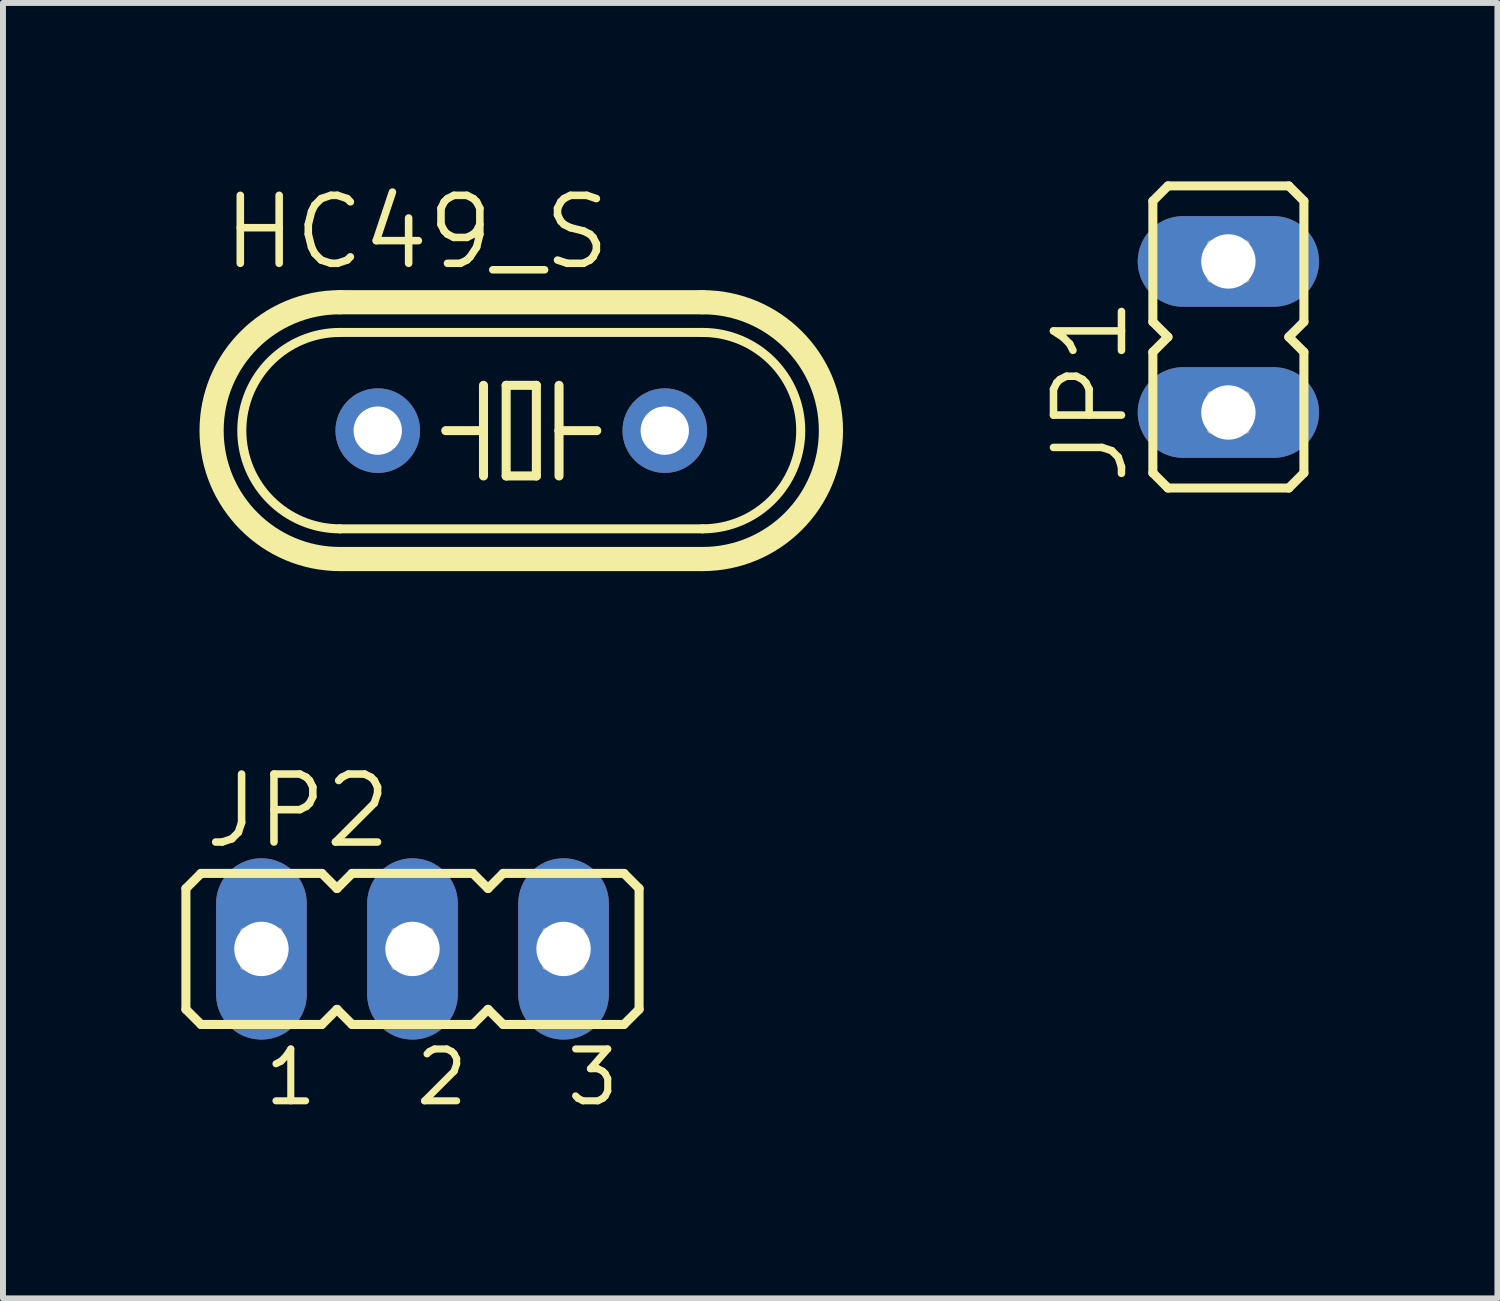
<source format=kicad_pcb>
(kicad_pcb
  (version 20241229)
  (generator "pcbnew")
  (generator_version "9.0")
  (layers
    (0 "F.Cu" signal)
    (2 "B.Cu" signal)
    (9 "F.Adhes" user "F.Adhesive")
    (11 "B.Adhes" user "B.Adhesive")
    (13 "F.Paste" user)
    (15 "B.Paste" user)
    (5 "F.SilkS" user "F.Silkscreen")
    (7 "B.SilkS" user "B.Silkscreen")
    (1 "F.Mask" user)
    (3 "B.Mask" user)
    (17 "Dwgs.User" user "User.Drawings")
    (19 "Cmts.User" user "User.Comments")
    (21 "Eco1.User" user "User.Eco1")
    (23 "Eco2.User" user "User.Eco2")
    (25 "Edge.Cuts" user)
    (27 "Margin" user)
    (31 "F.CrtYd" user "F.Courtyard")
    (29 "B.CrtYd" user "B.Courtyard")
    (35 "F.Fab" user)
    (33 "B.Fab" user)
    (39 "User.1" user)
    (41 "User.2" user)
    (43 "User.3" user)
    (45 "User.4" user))
  (footprint "HC49_S"
    (layer "F.Cu")
    (at 5.715 4.191)
    (property "Reference" "HC49_S" (at -5.08 -2.667 0) (layer "F.SilkS") (effects (font (size 1.143 1.143) (thickness 0.127)) (justify left bottom)))
    (fp_line (start -3.048 -2.159) (end 3.048 -2.159) (stroke (width 0.406) (type solid)) (layer "F.SilkS"))
    (fp_line (start -3.048 1.651) (end 3.048 1.651) (stroke (width 0.152) (type solid)) (layer "F.SilkS"))
    (fp_line (start -3.048 2.159) (end 3.048 2.159) (stroke (width 0.406) (type solid)) (layer "F.SilkS"))
    (fp_line (start -0.635 -0.762) (end -0.635 0) (stroke (width 0.152) (type solid)) (layer "F.SilkS"))
    (fp_line (start -0.635 0) (end -1.27 0) (stroke (width 0.152) (type solid)) (layer "F.SilkS"))
    (fp_line (start -0.635 0) (end -0.635 0.762) (stroke (width 0.152) (type solid)) (layer "F.SilkS"))
    (fp_line (start -0.254 -0.762) (end 0.254 -0.762) (stroke (width 0.152) (type solid)) (layer "F.SilkS"))
    (fp_line (start -0.254 0.762) (end -0.254 -0.762) (stroke (width 0.152) (type solid)) (layer "F.SilkS"))
    (fp_line (start 0.254 -0.762) (end 0.254 0.762) (stroke (width 0.152) (type solid)) (layer "F.SilkS"))
    (fp_line (start 0.254 0.762) (end -0.254 0.762) (stroke (width 0.152) (type solid)) (layer "F.SilkS"))
    (fp_line (start 0.635 -0.762) (end 0.635 0) (stroke (width 0.152) (type solid)) (layer "F.SilkS"))
    (fp_line (start 0.635 0) (end 0.635 0.762) (stroke (width 0.152) (type solid)) (layer "F.SilkS"))
    (fp_line (start 0.635 0) (end 1.27 0) (stroke (width 0.152) (type solid)) (layer "F.SilkS"))
    (fp_line (start 3.048 -1.651) (end -3.048 -1.651) (stroke (width 0.152) (type solid)) (layer "F.SilkS"))
    (fp_arc (start -3.048 1.651) (mid -4.699 0) (end -3.048 -1.651) (stroke (width 0.1524) (type solid)) (layer "F.SilkS"))
    (fp_arc (start -3.048 2.159) (mid -5.207 0) (end -3.048 -2.159) (stroke (width 0.4064) (type solid)) (layer "F.SilkS"))
    (fp_arc (start 3.048 -2.159) (mid 5.207 0) (end 3.048 2.159) (stroke (width 0.4064) (type solid)) (layer "F.SilkS"))
    (fp_arc (start 3.048 -1.651) (mid 4.699 0) (end 3.048 1.651) (stroke (width 0.1524) (type solid)) (layer "F.SilkS"))
    (pad "1" thru_hole circle (at -2.413 0) (size 1.422 1.422) (drill 0.813) (layers "*.Cu" "*.Mask"))
    (pad "2" thru_hole circle (at 2.413 0) (size 1.422 1.422) (drill 0.813) (layers "*.Cu" "*.Mask"))
    (zone (net_name "") (layers "F.Cu" "B.Cu") (hatch edge 0.5) (connect_pads) (min_thickness 0.25) (filled_areas_thickness no) (keepout (tracks allowed) (vias not_allowed) (pads allowed) (copperpour allowed) (footprints allowed)) (placement (enabled no)) (fill) (polygon (pts (xy 0 5.461) (xy 0.635 5.461) (xy 0.635 2.921) (xy 0 2.921))))
    (zone (net_name "") (layers "F.Cu" "B.Cu") (hatch edge 0.5) (connect_pads) (min_thickness 0.25) (filled_areas_thickness no) (keepout (tracks allowed) (vias not_allowed) (pads allowed) (copperpour allowed) (footprints allowed)) (placement (enabled no)) (fill) (polygon (pts (xy 0.635 6.096) (xy 1.27 6.096) (xy 1.27 2.286) (xy 0.635 2.286))))
    (zone (net_name "") (layers "F.Cu" "B.Cu") (hatch edge 0.5) (connect_pads) (min_thickness 0.25) (filled_areas_thickness no) (keepout (tracks allowed) (vias not_allowed) (pads allowed) (copperpour allowed) (footprints allowed)) (placement (enabled no)) (fill) (polygon (pts (xy 1.27 6.731) (xy 10.16 6.731) (xy 10.16 1.651) (xy 1.27 1.651))))
    (zone (net_name "") (layers "F.Cu" "B.Cu") (hatch edge 0.5) (connect_pads) (min_thickness 0.25) (filled_areas_thickness no) (keepout (tracks allowed) (vias not_allowed) (pads allowed) (copperpour allowed) (footprints allowed)) (placement (enabled no)) (fill) (polygon (pts (xy 10.16 6.096) (xy 10.795 6.096) (xy 10.795 2.286) (xy 10.16 2.286))))
    (zone (net_name "") (layers "F.Cu" "B.Cu") (hatch edge 0.5) (connect_pads) (min_thickness 0.25) (filled_areas_thickness no) (keepout (tracks allowed) (vias not_allowed) (pads allowed) (copperpour allowed) (footprints allowed)) (placement (enabled no)) (fill) (polygon (pts (xy 10.795 5.461) (xy 11.43 5.461) (xy 11.43 2.921) (xy 10.795 2.921)))))
  (footprint "JP1"
    (layer "F.Cu")
    (at 17.605 2.616)
    (property "Reference" "JP1" (at -1.651 2.54 90) (layer "F.SilkS") (effects (font (size 1.143 1.143) (thickness 0.127)) (justify left bottom)))
    (fp_line (start -1.27 -2.286) (end -1.27 -0.254) (stroke (width 0.152) (type solid)) (layer "F.SilkS"))
    (fp_line (start -1.27 -2.286) (end -1.016 -2.54) (stroke (width 0.152) (type solid)) (layer "F.SilkS"))
    (fp_line (start -1.27 0.254) (end -1.27 2.286) (stroke (width 0.152) (type solid)) (layer "F.SilkS"))
    (fp_line (start -1.016 0) (end -1.27 -0.254) (stroke (width 0.152) (type solid)) (layer "F.SilkS"))
    (fp_line (start -1.016 0) (end -1.27 0.254) (stroke (width 0.152) (type solid)) (layer "F.SilkS"))
    (fp_line (start -1.016 2.54) (end -1.27 2.286) (stroke (width 0.152) (type solid)) (layer "F.SilkS"))
    (fp_line (start -1.016 2.54) (end 1.016 2.54) (stroke (width 0.152) (type solid)) (layer "F.SilkS"))
    (fp_line (start 1.016 -2.54) (end -1.016 -2.54) (stroke (width 0.152) (type solid)) (layer "F.SilkS"))
    (fp_line (start 1.016 0) (end 1.27 -0.254) (stroke (width 0.152) (type solid)) (layer "F.SilkS"))
    (fp_line (start 1.016 0) (end 1.27 0.254) (stroke (width 0.152) (type solid)) (layer "F.SilkS"))
    (fp_line (start 1.016 2.54) (end 1.27 2.286) (stroke (width 0.152) (type solid)) (layer "F.SilkS"))
    (fp_line (start 1.27 -2.286) (end 1.016 -2.54) (stroke (width 0.152) (type solid)) (layer "F.SilkS"))
    (fp_line (start 1.27 -2.286) (end 1.27 -0.254) (stroke (width 0.152) (type solid)) (layer "F.SilkS"))
    (fp_line (start 1.27 0.254) (end 1.27 2.286) (stroke (width 0.152) (type solid)) (layer "F.SilkS"))
    (fp_poly (pts (xy -0.305 -0.965) (xy 0.305 -0.965) (xy 0.305 -1.575) (xy -0.305 -1.575)) (stroke (width 0.1) (type default)) (fill no) (layer "F.Fab"))
    (fp_poly (pts (xy -0.305 1.575) (xy 0.305 1.575) (xy 0.305 0.965) (xy -0.305 0.965)) (stroke (width 0.1) (type default)) (fill no) (layer "F.Fab"))
    (pad "1" thru_hole oval (at 0 1.27) (size 3.048 1.524) (drill 0.914) (layers "*.Cu" "*.Mask"))
    (pad "2" thru_hole oval (at 0 -1.27) (size 3.048 1.524) (drill 0.914) (layers "*.Cu" "*.Mask")))
  (footprint "JP2"
    (layer "F.Cu")
    (at 3.886 12.906)
    (property "Reference" "JP2" (at -3.556 -1.651 0) (layer "F.SilkS") (effects (font (size 1.143 1.143) (thickness 0.127)) (justify left bottom)))
    (fp_line (start -3.81 -1.016) (end -3.556 -1.27) (stroke (width 0.152) (type solid)) (layer "F.SilkS"))
    (fp_line (start -3.81 1.016) (end -3.81 -1.016) (stroke (width 0.152) (type solid)) (layer "F.SilkS"))
    (fp_line (start -3.81 1.016) (end -3.556 1.27) (stroke (width 0.152) (type solid)) (layer "F.SilkS"))
    (fp_line (start -1.524 -1.27) (end -3.556 -1.27) (stroke (width 0.152) (type solid)) (layer "F.SilkS"))
    (fp_line (start -1.524 -1.27) (end -1.27 -1.016) (stroke (width 0.152) (type solid)) (layer "F.SilkS"))
    (fp_line (start -1.524 1.27) (end -3.556 1.27) (stroke (width 0.152) (type solid)) (layer "F.SilkS"))
    (fp_line (start -1.524 1.27) (end -1.27 1.016) (stroke (width 0.152) (type solid)) (layer "F.SilkS"))
    (fp_line (start -1.27 -1.016) (end -1.016 -1.27) (stroke (width 0.152) (type solid)) (layer "F.SilkS"))
    (fp_line (start -1.27 1.016) (end -1.016 1.27) (stroke (width 0.152) (type solid)) (layer "F.SilkS"))
    (fp_line (start 1.016 -1.27) (end -1.016 -1.27) (stroke (width 0.152) (type solid)) (layer "F.SilkS"))
    (fp_line (start 1.016 -1.27) (end 1.27 -1.016) (stroke (width 0.152) (type solid)) (layer "F.SilkS"))
    (fp_line (start 1.016 1.27) (end -1.016 1.27) (stroke (width 0.152) (type solid)) (layer "F.SilkS"))
    (fp_line (start 1.016 1.27) (end 1.27 1.016) (stroke (width 0.152) (type solid)) (layer "F.SilkS"))
    (fp_line (start 1.27 -1.016) (end 1.524 -1.27) (stroke (width 0.152) (type solid)) (layer "F.SilkS"))
    (fp_line (start 1.27 1.016) (end 1.524 1.27) (stroke (width 0.152) (type solid)) (layer "F.SilkS"))
    (fp_line (start 3.556 -1.27) (end 1.524 -1.27) (stroke (width 0.152) (type solid)) (layer "F.SilkS"))
    (fp_line (start 3.556 -1.27) (end 3.81 -1.016) (stroke (width 0.152) (type solid)) (layer "F.SilkS"))
    (fp_line (start 3.556 1.27) (end 1.524 1.27) (stroke (width 0.152) (type solid)) (layer "F.SilkS"))
    (fp_line (start 3.556 1.27) (end 3.81 1.016) (stroke (width 0.152) (type solid)) (layer "F.SilkS"))
    (fp_line (start 3.81 -1.016) (end 3.81 1.016) (stroke (width 0.152) (type solid)) (layer "F.SilkS"))
    (fp_poly (pts (xy -2.845 0.305) (xy -2.235 0.305) (xy -2.235 -0.305) (xy -2.845 -0.305)) (stroke (width 0.1) (type default)) (fill no) (layer "F.Fab"))
    (fp_poly (pts (xy -0.305 0.305) (xy 0.305 0.305) (xy 0.305 -0.305) (xy -0.305 -0.305)) (stroke (width 0.1) (type default)) (fill no) (layer "F.Fab"))
    (fp_poly (pts (xy 2.235 0.305) (xy 2.845 0.305) (xy 2.845 -0.305) (xy 2.235 -0.305)) (stroke (width 0.1) (type default)) (fill no) (layer "F.Fab"))
    (fp_text user "3" (at 2.54 2.667 0) (layer "F.SilkS") (effects (font (size 0.872 0.872) (thickness 0.119)) (justify left bottom)))
    (fp_text user "1" (at -2.54 2.667 0) (layer "F.SilkS") (effects (font (size 0.872 0.872) (thickness 0.119)) (justify left bottom)))
    (fp_text user "2" (at 0 2.667 0) (layer "F.SilkS") (effects (font (size 0.872 0.872) (thickness 0.119)) (justify left bottom)))
    (pad "1" thru_hole oval (at -2.54 0 90) (size 3.048 1.524) (drill 0.914) (layers "*.Cu" "*.Mask"))
    (pad "2" thru_hole oval (at 0 0 90) (size 3.048 1.524) (drill 0.914) (layers "*.Cu" "*.Mask"))
    (pad "3" thru_hole oval (at 2.54 0 90) (size 3.048 1.524) (drill 0.914) (layers "*.Cu" "*.Mask")))
  (gr_rect
    (start -3 -3)
    (end 22.129 18.782)
    (stroke (width 0.1) (type default))
    (fill no)
    (layer "Edge.Cuts")))
</source>
